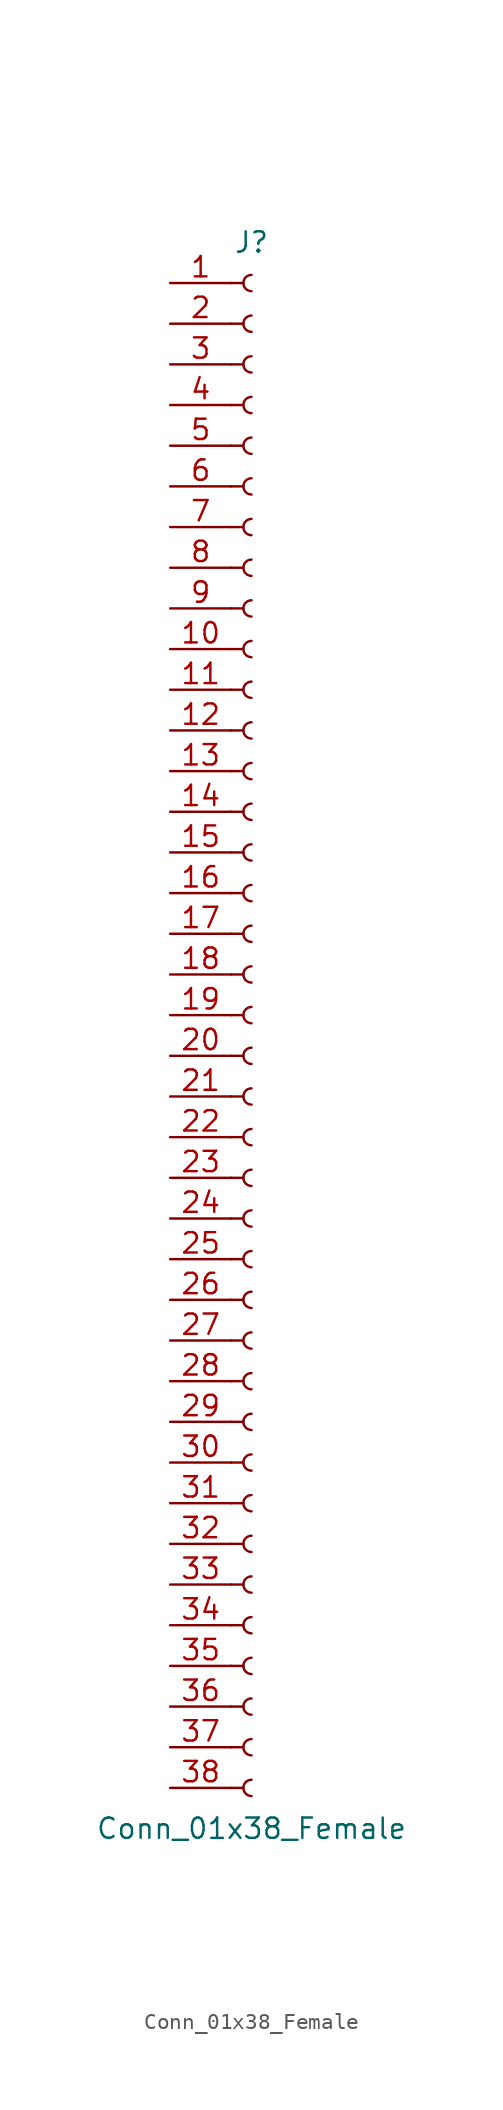
<source format=kicad_sym>
(kicad_symbol_lib
  (version 20201005)
  (generator kicad_symbol_editor)
  (symbol "Connector:Conn_01x38_Female"
    (pin_names
      (offset 1.016) hide)
    (property "Reference" "J"
      (at 0 48.26 0)
      (effects (font (size 1.27 1.27))))
    (property "Value" "Conn_01x38_Female"
      (at 0 -50.8 0)
      (effects (font (size 1.27 1.27))))
    (symbol "Conn_01x38_Female_1_1"
      (arc (start 0 -47.752) (end 0 -48.768) (radius (at 0 -48.26) (length 0.508) (angles 90.1 -90.1)) (stroke (width 0.1524)) (fill (type none)))
      (arc (start 0 -45.212) (end 0 -46.228) (radius (at 0 -45.72) (length 0.508) (angles 90.1 -90.1)) (stroke (width 0.1524)) (fill (type none)))
      (arc (start 0 -42.672) (end 0 -43.688) (radius (at 0 -43.18) (length 0.508) (angles 90.1 -90.1)) (stroke (width 0.1524)) (fill (type none)))
      (arc (start 0 -40.132) (end 0 -41.148) (radius (at 0 -40.64) (length 0.508) (angles 90.1 -90.1)) (stroke (width 0.1524)) (fill (type none)))
      (arc (start 0 -37.592) (end 0 -38.608) (radius (at 0 -38.1) (length 0.508) (angles 90.1 -90.1)) (stroke (width 0.1524)) (fill (type none)))
      (arc (start 0 -35.052) (end 0 -36.068) (radius (at 0 -35.56) (length 0.508) (angles 90.1 -90.1)) (stroke (width 0.1524)) (fill (type none)))
      (arc (start 0 -32.512) (end 0 -33.528) (radius (at 0 -33.02) (length 0.508) (angles 90.1 -90.1)) (stroke (width 0.1524)) (fill (type none)))
      (arc (start 0 -29.972) (end 0 -30.988) (radius (at 0 -30.48) (length 0.508) (angles 90.1 -90.1)) (stroke (width 0.1524)) (fill (type none)))
      (arc (start 0 -27.432) (end 0 -28.448) (radius (at 0 -27.94) (length 0.508) (angles 90.1 -90.1)) (stroke (width 0.1524)) (fill (type none)))
      (arc (start 0 -24.892) (end 0 -25.908) (radius (at 0 -25.4) (length 0.508) (angles 90.1 -90.1)) (stroke (width 0.1524)) (fill (type none)))
      (arc (start 0 -22.352) (end 0 -23.368) (radius (at 0 -22.86) (length 0.508) (angles 90.1 -90.1)) (stroke (width 0.1524)) (fill (type none)))
      (arc (start 0 -19.812) (end 0 -20.828) (radius (at 0 -20.32) (length 0.508) (angles 90.1 -90.1)) (stroke (width 0.1524)) (fill (type none)))
      (arc (start 0 -17.272) (end 0 -18.288) (radius (at 0 -17.78) (length 0.508) (angles 90.1 -90.1)) (stroke (width 0.1524)) (fill (type none)))
      (arc (start 0 -14.732) (end 0 -15.748) (radius (at 0 -15.24) (length 0.508) (angles 90.1 -90.1)) (stroke (width 0.1524)) (fill (type none)))
      (arc (start 0 -12.192) (end 0 -13.208) (radius (at 0 -12.7) (length 0.508) (angles 90.1 -90.1)) (stroke (width 0.1524)) (fill (type none)))
      (arc (start 0 -9.652) (end 0 -10.668) (radius (at 0 -10.16) (length 0.508) (angles 90.1 -90.1)) (stroke (width 0.1524)) (fill (type none)))
      (arc (start 0 -7.112) (end 0 -8.128) (radius (at 0 -7.62) (length 0.508) (angles 90.1 -90.1)) (stroke (width 0.1524)) (fill (type none)))
      (arc (start 0 -4.572) (end 0 -5.588) (radius (at 0 -5.08) (length 0.508) (angles 90.1 -90.1)) (stroke (width 0.1524)) (fill (type none)))
      (arc (start 0 -2.032) (end 0 -3.048) (radius (at 0 -2.54) (length 0.508) (angles 90.1 -90.1)) (stroke (width 0.1524)) (fill (type none)))
      (arc (start 0 0.508) (end 0 -0.508) (radius (at 0 0) (length 0.508) (angles 90.1 -90.1)) (stroke (width 0.1524)) (fill (type none)))
      (arc (start 0 3.048) (end 0 2.032) (radius (at 0 2.54) (length 0.508) (angles 90.1 -90.1)) (stroke (width 0.1524)) (fill (type none)))
      (arc (start 0 5.588) (end 0 4.572) (radius (at 0 5.08) (length 0.508) (angles 90.1 -90.1)) (stroke (width 0.1524)) (fill (type none)))
      (arc (start 0 8.128) (end 0 7.112) (radius (at 0 7.62) (length 0.508) (angles 90.1 -90.1)) (stroke (width 0.1524)) (fill (type none)))
      (arc (start 0 10.668) (end 0 9.652) (radius (at 0 10.16) (length 0.508) (angles 90.1 -90.1)) (stroke (width 0.1524)) (fill (type none)))
      (arc (start 0 13.208) (end 0 12.192) (radius (at 0 12.7) (length 0.508) (angles 90.1 -90.1)) (stroke (width 0.1524)) (fill (type none)))
      (arc (start 0 15.748) (end 0 14.732) (radius (at 0 15.24) (length 0.508) (angles 90.1 -90.1)) (stroke (width 0.1524)) (fill (type none)))
      (arc (start 0 18.288) (end 0 17.272) (radius (at 0 17.78) (length 0.508) (angles 90.1 -90.1)) (stroke (width 0.1524)) (fill (type none)))
      (arc (start 0 20.828) (end 0 19.812) (radius (at 0 20.32) (length 0.508) (angles 90.1 -90.1)) (stroke (width 0.1524)) (fill (type none)))
      (arc (start 0 23.368) (end 0 22.352) (radius (at 0 22.86) (length 0.508) (angles 90.1 -90.1)) (stroke (width 0.1524)) (fill (type none)))
      (arc (start 0 25.908) (end 0 24.892) (radius (at 0 25.4) (length 0.508) (angles 90.1 -90.1)) (stroke (width 0.1524)) (fill (type none)))
      (arc (start 0 28.448) (end 0 27.432) (radius (at 0 27.94) (length 0.508) (angles 90.1 -90.1)) (stroke (width 0.1524)) (fill (type none)))
      (arc (start 0 30.988) (end 0 29.972) (radius (at 0 30.48) (length 0.508) (angles 90.1 -90.1)) (stroke (width 0.1524)) (fill (type none)))
      (arc (start 0 33.528) (end 0 32.512) (radius (at 0 33.02) (length 0.508) (angles 90.1 -90.1)) (stroke (width 0.1524)) (fill (type none)))
      (arc (start 0 36.068) (end 0 35.052) (radius (at 0 35.56) (length 0.508) (angles 90.1 -90.1)) (stroke (width 0.1524)) (fill (type none)))
      (arc (start 0 38.608) (end 0 37.592) (radius (at 0 38.1) (length 0.508) (angles 90.1 -90.1)) (stroke (width 0.1524)) (fill (type none)))
      (arc (start 0 41.148) (end 0 40.132) (radius (at 0 40.64) (length 0.508) (angles 90.1 -90.1)) (stroke (width 0.1524)) (fill (type none)))
      (arc (start 0 43.688) (end 0 42.672) (radius (at 0 43.18) (length 0.508) (angles 90.1 -90.1)) (stroke (width 0.1524)) (fill (type none)))
      (arc (start 0 46.228) (end 0 45.212) (radius (at 0 45.72) (length 0.508) (angles 90.1 -90.1)) (stroke (width 0.1524)) (fill (type none)))
      (polyline (pts (xy -1.27 -48.26) (xy -0.508 -48.26)) (stroke (width 0.152)) (fill (type none)))
      (polyline (pts (xy -1.27 -45.72) (xy -0.508 -45.72)) (stroke (width 0.152)) (fill (type none)))
      (polyline (pts (xy -1.27 -43.18) (xy -0.508 -43.18)) (stroke (width 0.152)) (fill (type none)))
      (polyline (pts (xy -1.27 -40.64) (xy -0.508 -40.64)) (stroke (width 0.152)) (fill (type none)))
      (polyline (pts (xy -1.27 -38.1) (xy -0.508 -38.1)) (stroke (width 0.152)) (fill (type none)))
      (polyline (pts (xy -1.27 -35.56) (xy -0.508 -35.56)) (stroke (width 0.152)) (fill (type none)))
      (polyline (pts (xy -1.27 -33.02) (xy -0.508 -33.02)) (stroke (width 0.152)) (fill (type none)))
      (polyline (pts (xy -1.27 -30.48) (xy -0.508 -30.48)) (stroke (width 0.152)) (fill (type none)))
      (polyline (pts (xy -1.27 -27.94) (xy -0.508 -27.94)) (stroke (width 0.152)) (fill (type none)))
      (polyline (pts (xy -1.27 -25.4) (xy -0.508 -25.4)) (stroke (width 0.152)) (fill (type none)))
      (polyline (pts (xy -1.27 -22.86) (xy -0.508 -22.86)) (stroke (width 0.152)) (fill (type none)))
      (polyline (pts (xy -1.27 -20.32) (xy -0.508 -20.32)) (stroke (width 0.152)) (fill (type none)))
      (polyline (pts (xy -1.27 -17.78) (xy -0.508 -17.78)) (stroke (width 0.152)) (fill (type none)))
      (polyline (pts (xy -1.27 -15.24) (xy -0.508 -15.24)) (stroke (width 0.152)) (fill (type none)))
      (polyline (pts (xy -1.27 -12.7) (xy -0.508 -12.7)) (stroke (width 0.152)) (fill (type none)))
      (polyline (pts (xy -1.27 -10.16) (xy -0.508 -10.16)) (stroke (width 0.152)) (fill (type none)))
      (polyline (pts (xy -1.27 -7.62) (xy -0.508 -7.62)) (stroke (width 0.152)) (fill (type none)))
      (polyline (pts (xy -1.27 -5.08) (xy -0.508 -5.08)) (stroke (width 0.152)) (fill (type none)))
      (polyline (pts (xy -1.27 -2.54) (xy -0.508 -2.54)) (stroke (width 0.152)) (fill (type none)))
      (polyline (pts (xy -1.27 0) (xy -0.508 0)) (stroke (width 0.152)) (fill (type none)))
      (polyline (pts (xy -1.27 2.54) (xy -0.508 2.54)) (stroke (width 0.152)) (fill (type none)))
      (polyline (pts (xy -1.27 5.08) (xy -0.508 5.08)) (stroke (width 0.152)) (fill (type none)))
      (polyline (pts (xy -1.27 7.62) (xy -0.508 7.62)) (stroke (width 0.152)) (fill (type none)))
      (polyline (pts (xy -1.27 10.16) (xy -0.508 10.16)) (stroke (width 0.152)) (fill (type none)))
      (polyline (pts (xy -1.27 12.7) (xy -0.508 12.7)) (stroke (width 0.152)) (fill (type none)))
      (polyline (pts (xy -1.27 15.24) (xy -0.508 15.24)) (stroke (width 0.152)) (fill (type none)))
      (polyline (pts (xy -1.27 17.78) (xy -0.508 17.78)) (stroke (width 0.152)) (fill (type none)))
      (polyline (pts (xy -1.27 20.32) (xy -0.508 20.32)) (stroke (width 0.152)) (fill (type none)))
      (polyline (pts (xy -1.27 22.86) (xy -0.508 22.86)) (stroke (width 0.152)) (fill (type none)))
      (polyline (pts (xy -1.27 25.4) (xy -0.508 25.4)) (stroke (width 0.152)) (fill (type none)))
      (polyline (pts (xy -1.27 27.94) (xy -0.508 27.94)) (stroke (width 0.152)) (fill (type none)))
      (polyline (pts (xy -1.27 30.48) (xy -0.508 30.48)) (stroke (width 0.152)) (fill (type none)))
      (polyline (pts (xy -1.27 33.02) (xy -0.508 33.02)) (stroke (width 0.152)) (fill (type none)))
      (polyline (pts (xy -1.27 35.56) (xy -0.508 35.56)) (stroke (width 0.152)) (fill (type none)))
      (polyline (pts (xy -1.27 38.1) (xy -0.508 38.1)) (stroke (width 0.152)) (fill (type none)))
      (polyline (pts (xy -1.27 40.64) (xy -0.508 40.64)) (stroke (width 0.152)) (fill (type none)))
      (polyline (pts (xy -1.27 43.18) (xy -0.508 43.18)) (stroke (width 0.152)) (fill (type none)))
      (polyline (pts (xy -1.27 45.72) (xy -0.508 45.72)) (stroke (width 0.152)) (fill (type none)))
      (pin passive line (at -5.08 45.72 0) (length 3.81) (name "Pin_1" (effects (font (size 1.27 1.27)))) (number "1" (effects (font (size 1.27 1.27)))))
      (pin passive line (at -5.08 22.86 0) (length 3.81) (name "Pin_10" (effects (font (size 1.27 1.27)))) (number "10" (effects (font (size 1.27 1.27)))))
      (pin passive line (at -5.08 20.32 0) (length 3.81) (name "Pin_11" (effects (font (size 1.27 1.27)))) (number "11" (effects (font (size 1.27 1.27)))))
      (pin passive line (at -5.08 17.78 0) (length 3.81) (name "Pin_12" (effects (font (size 1.27 1.27)))) (number "12" (effects (font (size 1.27 1.27)))))
      (pin passive line (at -5.08 15.24 0) (length 3.81) (name "Pin_13" (effects (font (size 1.27 1.27)))) (number "13" (effects (font (size 1.27 1.27)))))
      (pin passive line (at -5.08 12.7 0) (length 3.81) (name "Pin_14" (effects (font (size 1.27 1.27)))) (number "14" (effects (font (size 1.27 1.27)))))
      (pin passive line (at -5.08 10.16 0) (length 3.81) (name "Pin_15" (effects (font (size 1.27 1.27)))) (number "15" (effects (font (size 1.27 1.27)))))
      (pin passive line (at -5.08 7.62 0) (length 3.81) (name "Pin_16" (effects (font (size 1.27 1.27)))) (number "16" (effects (font (size 1.27 1.27)))))
      (pin passive line (at -5.08 5.08 0) (length 3.81) (name "Pin_17" (effects (font (size 1.27 1.27)))) (number "17" (effects (font (size 1.27 1.27)))))
      (pin passive line (at -5.08 2.54 0) (length 3.81) (name "Pin_18" (effects (font (size 1.27 1.27)))) (number "18" (effects (font (size 1.27 1.27)))))
      (pin passive line (at -5.08 0 0) (length 3.81) (name "Pin_19" (effects (font (size 1.27 1.27)))) (number "19" (effects (font (size 1.27 1.27)))))
      (pin passive line (at -5.08 43.18 0) (length 3.81) (name "Pin_2" (effects (font (size 1.27 1.27)))) (number "2" (effects (font (size 1.27 1.27)))))
      (pin passive line (at -5.08 -2.54 0) (length 3.81) (name "Pin_20" (effects (font (size 1.27 1.27)))) (number "20" (effects (font (size 1.27 1.27)))))
      (pin passive line (at -5.08 -5.08 0) (length 3.81) (name "Pin_21" (effects (font (size 1.27 1.27)))) (number "21" (effects (font (size 1.27 1.27)))))
      (pin passive line (at -5.08 -7.62 0) (length 3.81) (name "Pin_22" (effects (font (size 1.27 1.27)))) (number "22" (effects (font (size 1.27 1.27)))))
      (pin passive line (at -5.08 -10.16 0) (length 3.81) (name "Pin_23" (effects (font (size 1.27 1.27)))) (number "23" (effects (font (size 1.27 1.27)))))
      (pin passive line (at -5.08 -12.7 0) (length 3.81) (name "Pin_24" (effects (font (size 1.27 1.27)))) (number "24" (effects (font (size 1.27 1.27)))))
      (pin passive line (at -5.08 -15.24 0) (length 3.81) (name "Pin_25" (effects (font (size 1.27 1.27)))) (number "25" (effects (font (size 1.27 1.27)))))
      (pin passive line (at -5.08 -17.78 0) (length 3.81) (name "Pin_26" (effects (font (size 1.27 1.27)))) (number "26" (effects (font (size 1.27 1.27)))))
      (pin passive line (at -5.08 -20.32 0) (length 3.81) (name "Pin_27" (effects (font (size 1.27 1.27)))) (number "27" (effects (font (size 1.27 1.27)))))
      (pin passive line (at -5.08 -22.86 0) (length 3.81) (name "Pin_28" (effects (font (size 1.27 1.27)))) (number "28" (effects (font (size 1.27 1.27)))))
      (pin passive line (at -5.08 -25.4 0) (length 3.81) (name "Pin_29" (effects (font (size 1.27 1.27)))) (number "29" (effects (font (size 1.27 1.27)))))
      (pin passive line (at -5.08 40.64 0) (length 3.81) (name "Pin_3" (effects (font (size 1.27 1.27)))) (number "3" (effects (font (size 1.27 1.27)))))
      (pin passive line (at -5.08 -27.94 0) (length 3.81) (name "Pin_30" (effects (font (size 1.27 1.27)))) (number "30" (effects (font (size 1.27 1.27)))))
      (pin passive line (at -5.08 -30.48 0) (length 3.81) (name "Pin_31" (effects (font (size 1.27 1.27)))) (number "31" (effects (font (size 1.27 1.27)))))
      (pin passive line (at -5.08 -33.02 0) (length 3.81) (name "Pin_32" (effects (font (size 1.27 1.27)))) (number "32" (effects (font (size 1.27 1.27)))))
      (pin passive line (at -5.08 -35.56 0) (length 3.81) (name "Pin_33" (effects (font (size 1.27 1.27)))) (number "33" (effects (font (size 1.27 1.27)))))
      (pin passive line (at -5.08 -38.1 0) (length 3.81) (name "Pin_34" (effects (font (size 1.27 1.27)))) (number "34" (effects (font (size 1.27 1.27)))))
      (pin passive line (at -5.08 -40.64 0) (length 3.81) (name "Pin_35" (effects (font (size 1.27 1.27)))) (number "35" (effects (font (size 1.27 1.27)))))
      (pin passive line (at -5.08 -43.18 0) (length 3.81) (name "Pin_36" (effects (font (size 1.27 1.27)))) (number "36" (effects (font (size 1.27 1.27)))))
      (pin passive line (at -5.08 -45.72 0) (length 3.81) (name "Pin_37" (effects (font (size 1.27 1.27)))) (number "37" (effects (font (size 1.27 1.27)))))
      (pin passive line (at -5.08 -48.26 0) (length 3.81) (name "Pin_38" (effects (font (size 1.27 1.27)))) (number "38" (effects (font (size 1.27 1.27)))))
      (pin passive line (at -5.08 38.1 0) (length 3.81) (name "Pin_4" (effects (font (size 1.27 1.27)))) (number "4" (effects (font (size 1.27 1.27)))))
      (pin passive line (at -5.08 35.56 0) (length 3.81) (name "Pin_5" (effects (font (size 1.27 1.27)))) (number "5" (effects (font (size 1.27 1.27)))))
      (pin passive line (at -5.08 33.02 0) (length 3.81) (name "Pin_6" (effects (font (size 1.27 1.27)))) (number "6" (effects (font (size 1.27 1.27)))))
      (pin passive line (at -5.08 30.48 0) (length 3.81) (name "Pin_7" (effects (font (size 1.27 1.27)))) (number "7" (effects (font (size 1.27 1.27)))))
      (pin passive line (at -5.08 27.94 0) (length 3.81) (name "Pin_8" (effects (font (size 1.27 1.27)))) (number "8" (effects (font (size 1.27 1.27)))))
      (pin passive line (at -5.08 25.4 0) (length 3.81) (name "Pin_9" (effects (font (size 1.27 1.27)))) (number "9" (effects (font (size 1.27 1.27))))))))
</source>
